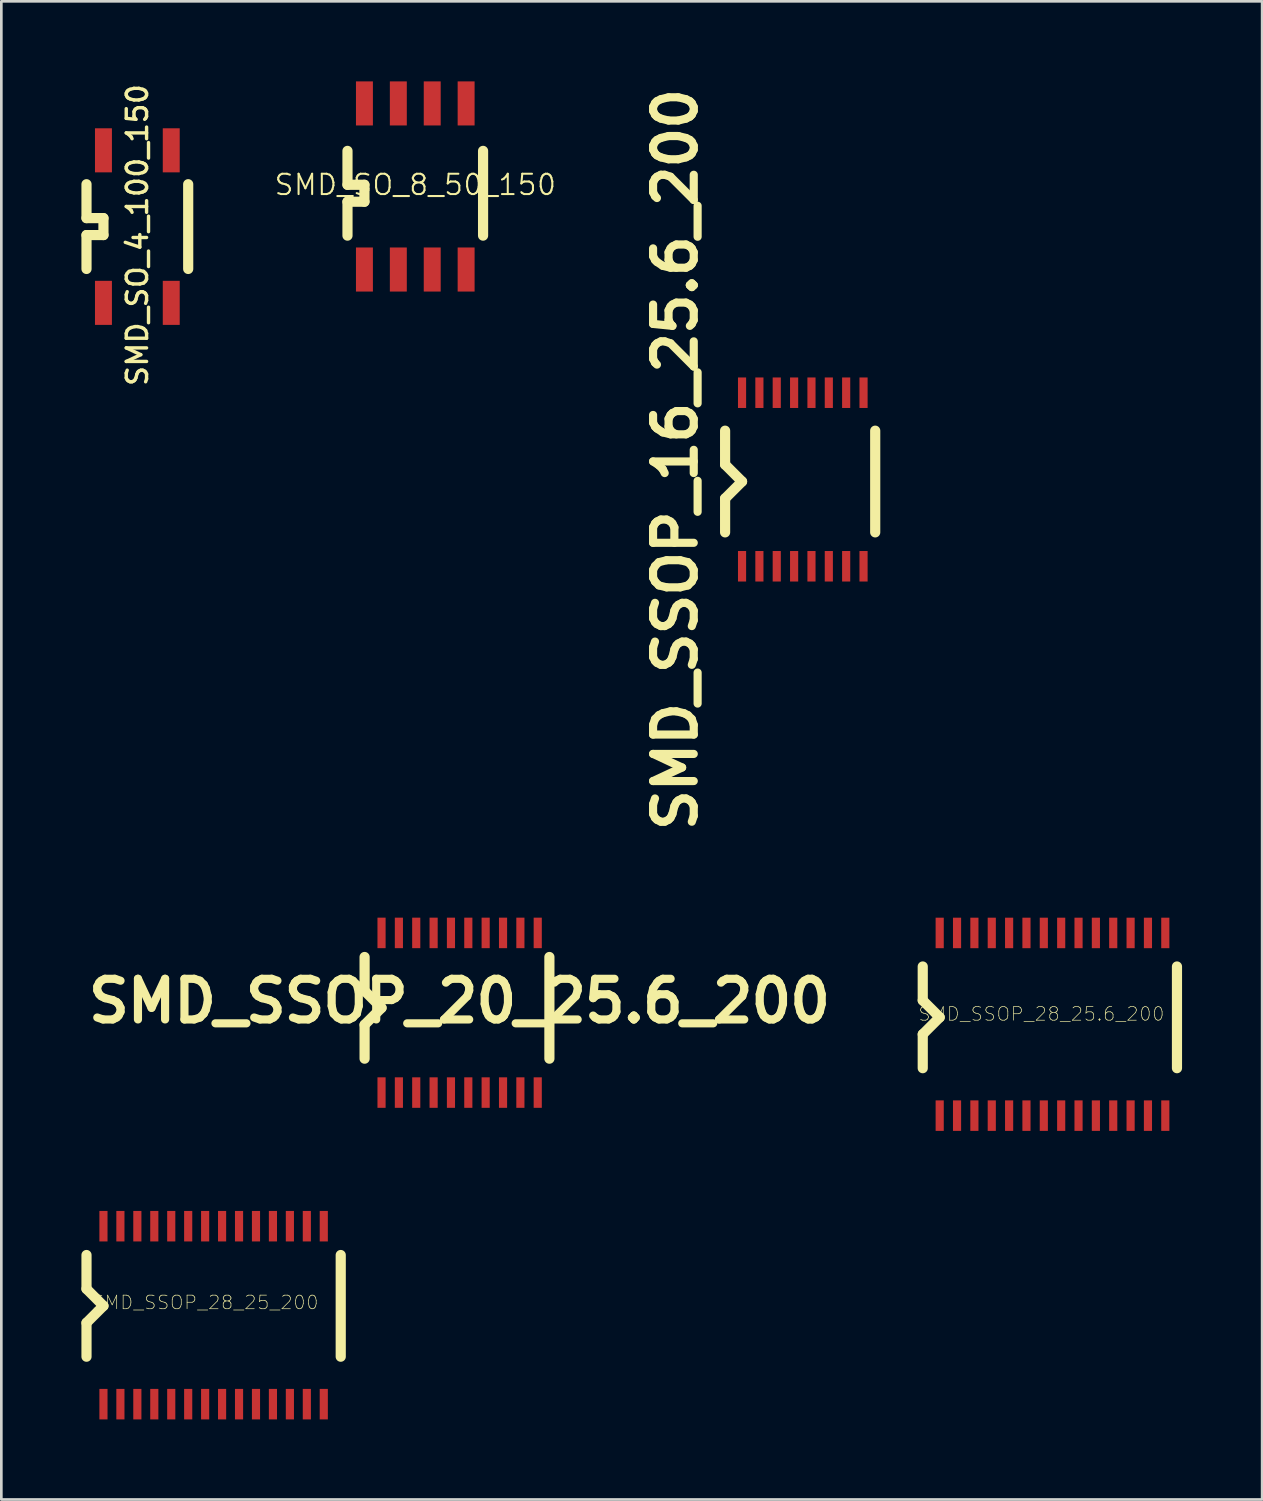
<source format=kicad_pcb>
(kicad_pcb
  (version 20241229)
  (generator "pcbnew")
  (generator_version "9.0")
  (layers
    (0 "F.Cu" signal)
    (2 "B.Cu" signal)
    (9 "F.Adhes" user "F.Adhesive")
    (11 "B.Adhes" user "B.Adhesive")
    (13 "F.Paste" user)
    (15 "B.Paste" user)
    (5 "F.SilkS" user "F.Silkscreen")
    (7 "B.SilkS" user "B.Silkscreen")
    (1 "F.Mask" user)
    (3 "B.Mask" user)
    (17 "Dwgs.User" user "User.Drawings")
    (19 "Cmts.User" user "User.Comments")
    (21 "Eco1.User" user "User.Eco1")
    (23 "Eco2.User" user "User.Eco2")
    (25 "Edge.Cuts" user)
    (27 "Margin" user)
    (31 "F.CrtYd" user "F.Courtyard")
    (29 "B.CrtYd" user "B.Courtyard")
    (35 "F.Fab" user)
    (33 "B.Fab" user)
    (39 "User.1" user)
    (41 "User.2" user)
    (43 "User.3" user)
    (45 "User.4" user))
  (footprint "SMD_SSOP_28_25_200"
    (layer "F.Cu")
    (at 0.826 49.559)
    (property "Reference" "SMD_SSOP_28_25_200" (at 3.81 -3.81 180) (layer "F.SilkS") (effects (font (size 0.508 0.508) (thickness 0.025))))
    (attr through_hole)
    (fp_line (start -0.635 -5.588) (end -0.635 -4.318) (stroke (width 0.381) (type solid)) (layer "F.SilkS"))
    (fp_line (start -0.635 -4.318) (end 0 -3.683) (stroke (width 0.381) (type solid)) (layer "F.SilkS"))
    (fp_line (start -0.635 -3.048) (end -0.635 -1.778) (stroke (width 0.381) (type solid)) (layer "F.SilkS"))
    (fp_line (start 0 -3.683) (end -0.635 -3.048) (stroke (width 0.381) (type solid)) (layer "F.SilkS"))
    (fp_line (start 8.89 -5.588) (end 8.89 -1.778) (stroke (width 0.381) (type solid)) (layer "F.SilkS"))
    (pad "1" smd rect (at 0 0) (size 0.305 1.143) (layers "F.Cu" "F.Mask" "F.Paste"))
    (pad "2" smd rect (at 0.635 0) (size 0.305 1.143) (layers "F.Cu" "F.Mask" "F.Paste"))
    (pad "3" smd rect (at 1.27 0) (size 0.305 1.143) (layers "F.Cu" "F.Mask" "F.Paste"))
    (pad "4" smd rect (at 1.905 0) (size 0.305 1.143) (layers "F.Cu" "F.Mask" "F.Paste"))
    (pad "5" smd rect (at 2.54 0) (size 0.305 1.143) (layers "F.Cu" "F.Mask" "F.Paste"))
    (pad "6" smd rect (at 3.175 0) (size 0.305 1.143) (layers "F.Cu" "F.Mask" "F.Paste"))
    (pad "7" smd rect (at 3.81 0) (size 0.305 1.143) (layers "F.Cu" "F.Mask" "F.Paste"))
    (pad "8" smd rect (at 4.445 0) (size 0.305 1.143) (layers "F.Cu" "F.Mask" "F.Paste"))
    (pad "9" smd rect (at 5.08 0) (size 0.305 1.143) (layers "F.Cu" "F.Mask" "F.Paste"))
    (pad "10" smd rect (at 5.715 0) (size 0.305 1.143) (layers "F.Cu" "F.Mask" "F.Paste"))
    (pad "11" smd rect (at 6.35 0) (size 0.305 1.143) (layers "F.Cu" "F.Mask" "F.Paste"))
    (pad "12" smd rect (at 6.985 0) (size 0.305 1.143) (layers "F.Cu" "F.Mask" "F.Paste"))
    (pad "13" smd rect (at 7.62 0) (size 0.305 1.143) (layers "F.Cu" "F.Mask" "F.Paste"))
    (pad "14" smd rect (at 8.255 0) (size 0.305 1.143) (layers "F.Cu" "F.Mask" "F.Paste"))
    (pad "15" smd rect (at 8.255 -6.668) (size 0.305 1.143) (layers "F.Cu" "F.Mask" "F.Paste"))
    (pad "16" smd rect (at 7.62 -6.668) (size 0.305 1.143) (layers "F.Cu" "F.Mask" "F.Paste"))
    (pad "17" smd rect (at 6.985 -6.668) (size 0.305 1.143) (layers "F.Cu" "F.Mask" "F.Paste"))
    (pad "18" smd rect (at 6.35 -6.668) (size 0.305 1.143) (layers "F.Cu" "F.Mask" "F.Paste"))
    (pad "19" smd rect (at 5.715 -6.668) (size 0.305 1.143) (layers "F.Cu" "F.Mask" "F.Paste"))
    (pad "20" smd rect (at 5.08 -6.668) (size 0.305 1.143) (layers "F.Cu" "F.Mask" "F.Paste"))
    (pad "21" smd rect (at 4.445 -6.668) (size 0.305 1.143) (layers "F.Cu" "F.Mask" "F.Paste"))
    (pad "22" smd rect (at 3.81 -6.668) (size 0.305 1.143) (layers "F.Cu" "F.Mask" "F.Paste"))
    (pad "23" smd rect (at 3.175 -6.668) (size 0.305 1.143) (layers "F.Cu" "F.Mask" "F.Paste"))
    (pad "24" smd rect (at 2.54 -6.668) (size 0.305 1.143) (layers "F.Cu" "F.Mask" "F.Paste"))
    (pad "25" smd rect (at 1.905 -6.668) (size 0.305 1.143) (layers "F.Cu" "F.Mask" "F.Paste"))
    (pad "26" smd rect (at 1.27 -6.668) (size 0.305 1.143) (layers "F.Cu" "F.Mask" "F.Paste"))
    (pad "27" smd rect (at 0.635 -6.668) (size 0.305 1.143) (layers "F.Cu" "F.Mask" "F.Paste"))
    (pad "28" smd rect (at 0 -6.668) (size 0.305 1.143) (layers "F.Cu" "F.Mask" "F.Paste")))
  (footprint "SMD_SSOP_28_25.6_200"
    (layer "F.Cu")
    (at 32.157 38.749)
    (property "Reference" "SMD_SSOP_28_25.6_200" (at 3.81 -3.81 180) (layer "F.SilkS") (effects (font (size 0.508 0.508) (thickness 0.025))))
    (attr through_hole)
    (fp_line (start -0.635 -5.588) (end -0.635 -4.318) (stroke (width 0.381) (type solid)) (layer "F.SilkS"))
    (fp_line (start -0.635 -4.318) (end 0 -3.683) (stroke (width 0.381) (type solid)) (layer "F.SilkS"))
    (fp_line (start -0.635 -3.048) (end -0.635 -1.778) (stroke (width 0.381) (type solid)) (layer "F.SilkS"))
    (fp_line (start 0 -3.683) (end -0.635 -3.048) (stroke (width 0.381) (type solid)) (layer "F.SilkS"))
    (fp_line (start 8.89 -5.588) (end 8.89 -1.778) (stroke (width 0.381) (type solid)) (layer "F.SilkS"))
    (pad "1" smd rect (at 0 0) (size 0.305 1.143) (layers "F.Cu" "F.Mask" "F.Paste"))
    (pad "2" smd rect (at 0.65 0) (size 0.305 1.143) (layers "F.Cu" "F.Mask" "F.Paste"))
    (pad "3" smd rect (at 1.3 0) (size 0.305 1.143) (layers "F.Cu" "F.Mask" "F.Paste"))
    (pad "4" smd rect (at 1.951 0) (size 0.305 1.143) (layers "F.Cu" "F.Mask" "F.Paste"))
    (pad "5" smd rect (at 2.601 0) (size 0.305 1.143) (layers "F.Cu" "F.Mask" "F.Paste"))
    (pad "6" smd rect (at 3.251 0) (size 0.305 1.143) (layers "F.Cu" "F.Mask" "F.Paste"))
    (pad "7" smd rect (at 3.901 0) (size 0.305 1.143) (layers "F.Cu" "F.Mask" "F.Paste"))
    (pad "8" smd rect (at 4.552 0) (size 0.305 1.143) (layers "F.Cu" "F.Mask" "F.Paste"))
    (pad "9" smd rect (at 5.202 0) (size 0.305 1.143) (layers "F.Cu" "F.Mask" "F.Paste"))
    (pad "10" smd rect (at 5.852 0) (size 0.305 1.143) (layers "F.Cu" "F.Mask" "F.Paste"))
    (pad "11" smd rect (at 6.502 0) (size 0.305 1.143) (layers "F.Cu" "F.Mask" "F.Paste"))
    (pad "12" smd rect (at 7.153 0) (size 0.305 1.143) (layers "F.Cu" "F.Mask" "F.Paste"))
    (pad "13" smd rect (at 7.803 0) (size 0.305 1.143) (layers "F.Cu" "F.Mask" "F.Paste"))
    (pad "14" smd rect (at 8.453 0) (size 0.305 1.143) (layers "F.Cu" "F.Mask" "F.Paste"))
    (pad "15" smd rect (at 8.453 -6.845) (size 0.305 1.143) (layers "F.Cu" "F.Mask" "F.Paste"))
    (pad "16" smd rect (at 7.803 -6.845) (size 0.305 1.143) (layers "F.Cu" "F.Mask" "F.Paste"))
    (pad "17" smd rect (at 7.153 -6.845) (size 0.305 1.143) (layers "F.Cu" "F.Mask" "F.Paste"))
    (pad "18" smd rect (at 6.502 -6.845) (size 0.305 1.143) (layers "F.Cu" "F.Mask" "F.Paste"))
    (pad "19" smd rect (at 5.852 -6.845) (size 0.305 1.143) (layers "F.Cu" "F.Mask" "F.Paste"))
    (pad "20" smd rect (at 5.202 -6.845) (size 0.305 1.143) (layers "F.Cu" "F.Mask" "F.Paste"))
    (pad "21" smd rect (at 4.552 -6.845) (size 0.305 1.143) (layers "F.Cu" "F.Mask" "F.Paste"))
    (pad "22" smd rect (at 3.901 -6.845) (size 0.305 1.143) (layers "F.Cu" "F.Mask" "F.Paste"))
    (pad "23" smd rect (at 3.251 -6.845) (size 0.305 1.143) (layers "F.Cu" "F.Mask" "F.Paste"))
    (pad "24" smd rect (at 2.601 -6.845) (size 0.305 1.143) (layers "F.Cu" "F.Mask" "F.Paste"))
    (pad "25" smd rect (at 1.951 -6.845) (size 0.305 1.143) (layers "F.Cu" "F.Mask" "F.Paste"))
    (pad "26" smd rect (at 1.3 -6.845) (size 0.305 1.143) (layers "F.Cu" "F.Mask" "F.Paste"))
    (pad "27" smd rect (at 0.65 -6.845) (size 0.305 1.143) (layers "F.Cu" "F.Mask" "F.Paste"))
    (pad "28" smd rect (at 0 -6.845) (size 0.305 1.143) (layers "F.Cu" "F.Mask" "F.Paste")))
  (footprint "SMD_SSOP_20_25.6_200"
    (layer "F.Cu")
    (at 11.245 37.885)
    (property "Reference" "SMD_SSOP_20_25.6_200" (at 2.921 -3.429 180) (layer "F.SilkS") (effects (font (size 1.524 1.524) (thickness 0.305))))
    (attr through_hole)
    (fp_line (start -0.635 -5.08) (end -0.635 -3.81) (stroke (width 0.381) (type solid)) (layer "F.SilkS"))
    (fp_line (start -0.635 -3.81) (end 0 -3.175) (stroke (width 0.381) (type solid)) (layer "F.SilkS"))
    (fp_line (start -0.635 -2.54) (end -0.635 -1.27) (stroke (width 0.381) (type solid)) (layer "F.SilkS"))
    (fp_line (start 0 -3.175) (end -0.635 -2.54) (stroke (width 0.381) (type solid)) (layer "F.SilkS"))
    (fp_line (start 6.289 -5.08) (end 6.289 -1.27) (stroke (width 0.381) (type solid)) (layer "F.SilkS"))
    (pad "1" smd rect (at 0 0) (size 0.305 1.143) (layers "F.Cu" "F.Mask" "F.Paste"))
    (pad "2" smd rect (at 0.65 0) (size 0.305 1.143) (layers "F.Cu" "F.Mask" "F.Paste"))
    (pad "3" smd rect (at 1.3 0) (size 0.305 1.143) (layers "F.Cu" "F.Mask" "F.Paste"))
    (pad "4" smd rect (at 1.951 0) (size 0.305 1.143) (layers "F.Cu" "F.Mask" "F.Paste"))
    (pad "5" smd rect (at 2.601 0) (size 0.305 1.143) (layers "F.Cu" "F.Mask" "F.Paste"))
    (pad "6" smd rect (at 3.251 0) (size 0.305 1.143) (layers "F.Cu" "F.Mask" "F.Paste"))
    (pad "7" smd rect (at 3.901 0) (size 0.305 1.143) (layers "F.Cu" "F.Mask" "F.Paste"))
    (pad "8" smd rect (at 4.552 0) (size 0.305 1.143) (layers "F.Cu" "F.Mask" "F.Paste"))
    (pad "9" smd rect (at 5.202 0) (size 0.305 1.143) (layers "F.Cu" "F.Mask" "F.Paste"))
    (pad "10" smd rect (at 5.852 0) (size 0.305 1.143) (layers "F.Cu" "F.Mask" "F.Paste"))
    (pad "11" smd rect (at 5.852 -5.982) (size 0.305 1.143) (layers "F.Cu" "F.Mask" "F.Paste"))
    (pad "12" smd rect (at 5.202 -5.982) (size 0.305 1.143) (layers "F.Cu" "F.Mask" "F.Paste"))
    (pad "13" smd rect (at 4.552 -5.982) (size 0.305 1.143) (layers "F.Cu" "F.Mask" "F.Paste"))
    (pad "14" smd rect (at 3.901 -5.982) (size 0.305 1.143) (layers "F.Cu" "F.Mask" "F.Paste"))
    (pad "15" smd rect (at 3.251 -5.982) (size 0.305 1.143) (layers "F.Cu" "F.Mask" "F.Paste"))
    (pad "16" smd rect (at 2.601 -5.982) (size 0.305 1.143) (layers "F.Cu" "F.Mask" "F.Paste"))
    (pad "17" smd rect (at 1.951 -5.982) (size 0.305 1.143) (layers "F.Cu" "F.Mask" "F.Paste"))
    (pad "18" smd rect (at 1.3 -5.982) (size 0.305 1.143) (layers "F.Cu" "F.Mask" "F.Paste"))
    (pad "19" smd rect (at 0.65 -5.982) (size 0.305 1.143) (layers "F.Cu" "F.Mask" "F.Paste"))
    (pad "20" smd rect (at 0 -5.982) (size 0.305 1.143) (layers "F.Cu" "F.Mask" "F.Paste")))
  (footprint "SMD_SSOP_16_25.6_200"
    (layer "F.Cu")
    (at 24.752 18.166)
    (property "Reference" "SMD_SSOP_16_25.6_200" (at -2.499 -4 90) (layer "F.SilkS") (effects (font (size 1.524 1.524) (thickness 0.305))))
    (attr through_hole)
    (fp_line (start -0.635 -5.08) (end -0.635 -3.81) (stroke (width 0.381) (type solid)) (layer "F.SilkS"))
    (fp_line (start -0.635 -3.81) (end 0 -3.175) (stroke (width 0.381) (type solid)) (layer "F.SilkS"))
    (fp_line (start -0.635 -2.54) (end -0.635 -1.27) (stroke (width 0.381) (type solid)) (layer "F.SilkS"))
    (fp_line (start 0 -3.175) (end -0.635 -2.54) (stroke (width 0.381) (type solid)) (layer "F.SilkS"))
    (fp_line (start 4.989 -5.08) (end 4.989 -1.27) (stroke (width 0.381) (type solid)) (layer "F.SilkS"))
    (pad "1" smd rect (at 0 0) (size 0.305 1.143) (layers "F.Cu" "F.Mask" "F.Paste"))
    (pad "2" smd rect (at 0.65 0) (size 0.305 1.143) (layers "F.Cu" "F.Mask" "F.Paste"))
    (pad "3" smd rect (at 1.3 0) (size 0.305 1.143) (layers "F.Cu" "F.Mask" "F.Paste"))
    (pad "4" smd rect (at 1.951 0) (size 0.305 1.143) (layers "F.Cu" "F.Mask" "F.Paste"))
    (pad "5" smd rect (at 2.601 0) (size 0.305 1.143) (layers "F.Cu" "F.Mask" "F.Paste"))
    (pad "6" smd rect (at 3.251 0) (size 0.305 1.143) (layers "F.Cu" "F.Mask" "F.Paste"))
    (pad "7" smd rect (at 3.901 0) (size 0.305 1.143) (layers "F.Cu" "F.Mask" "F.Paste"))
    (pad "8" smd rect (at 4.552 0) (size 0.305 1.143) (layers "F.Cu" "F.Mask" "F.Paste"))
    (pad "9" smd rect (at 4.552 -6.502) (size 0.305 1.143) (layers "F.Cu" "F.Mask" "F.Paste"))
    (pad "10" smd rect (at 3.901 -6.502) (size 0.305 1.143) (layers "F.Cu" "F.Mask" "F.Paste"))
    (pad "11" smd rect (at 3.251 -6.502) (size 0.305 1.143) (layers "F.Cu" "F.Mask" "F.Paste"))
    (pad "12" smd rect (at 2.601 -6.502) (size 0.305 1.143) (layers "F.Cu" "F.Mask" "F.Paste"))
    (pad "13" smd rect (at 1.951 -6.502) (size 0.305 1.143) (layers "F.Cu" "F.Mask" "F.Paste"))
    (pad "14" smd rect (at 1.3 -6.502) (size 0.305 1.143) (layers "F.Cu" "F.Mask" "F.Paste"))
    (pad "15" smd rect (at 0.65 -6.502) (size 0.305 1.143) (layers "F.Cu" "F.Mask" "F.Paste"))
    (pad "16" smd rect (at 0 -6.502) (size 0.305 1.143) (layers "F.Cu" "F.Mask" "F.Paste")))
  (footprint "SMD_SO_8_50_150"
    (layer "F.Cu")
    (at 10.604 7.048)
    (property "Reference" "SMD_SO_8_50_150" (at 1.905 -3.175 0) (layer "F.SilkS") (effects (font (size 0.762 0.762) (thickness 0.076))))
    (attr through_hole)
    (fp_line (start -0.635 -4.445) (end -0.635 -3.175) (stroke (width 0.381) (type solid)) (layer "F.SilkS"))
    (fp_line (start -0.635 -3.175) (end 0 -3.175) (stroke (width 0.381) (type solid)) (layer "F.SilkS"))
    (fp_line (start -0.635 -2.54) (end -0.635 -1.27) (stroke (width 0.381) (type solid)) (layer "F.SilkS"))
    (fp_line (start 0 -3.175) (end 0 -2.54) (stroke (width 0.381) (type solid)) (layer "F.SilkS"))
    (fp_line (start 0 -2.54) (end -0.635 -2.54) (stroke (width 0.381) (type solid)) (layer "F.SilkS"))
    (fp_line (start 4.445 -4.445) (end 4.445 -1.27) (stroke (width 0.381) (type solid)) (layer "F.SilkS"))
    (pad "1" smd rect (at 0 0) (size 0.635 1.651) (layers "F.Cu" "F.Mask" "F.Paste"))
    (pad "2" smd rect (at 1.27 0) (size 0.635 1.651) (layers "F.Cu" "F.Mask" "F.Paste"))
    (pad "3" smd rect (at 2.54 0) (size 0.635 1.651) (layers "F.Cu" "F.Mask" "F.Paste"))
    (pad "4" smd rect (at 3.81 0) (size 0.635 1.651) (layers "F.Cu" "F.Mask" "F.Paste"))
    (pad "5" smd rect (at 3.81 -6.223) (size 0.635 1.651) (layers "F.Cu" "F.Mask" "F.Paste"))
    (pad "6" smd rect (at 2.54 -6.223) (size 0.635 1.651) (layers "F.Cu" "F.Mask" "F.Paste"))
    (pad "7" smd rect (at 1.27 -6.223) (size 0.635 1.651) (layers "F.Cu" "F.Mask" "F.Paste"))
    (pad "8" smd rect (at 0 -6.223) (size 0.635 1.651) (layers "F.Cu" "F.Mask" "F.Paste")))
  (footprint "SMD_SO_4_100_150"
    (layer "F.Cu")
    (at 0.826 8.297)
    (property "Reference" "SMD_SO_4_100_150" (at 1.27 -2.54 90) (layer "F.SilkS") (effects (font (size 0.762 0.762) (thickness 0.127))))
    (attr through_hole)
    (fp_line (start -0.635 -4.445) (end -0.635 -3.175) (stroke (width 0.381) (type solid)) (layer "F.SilkS"))
    (fp_line (start -0.635 -3.175) (end 0 -3.175) (stroke (width 0.381) (type solid)) (layer "F.SilkS"))
    (fp_line (start -0.635 -2.54) (end -0.635 -1.27) (stroke (width 0.381) (type solid)) (layer "F.SilkS"))
    (fp_line (start 0 -3.175) (end 0 -2.54) (stroke (width 0.381) (type solid)) (layer "F.SilkS"))
    (fp_line (start 0 -2.54) (end -0.635 -2.54) (stroke (width 0.381) (type solid)) (layer "F.SilkS"))
    (fp_line (start 3.175 -4.445) (end 3.175 -1.27) (stroke (width 0.381) (type solid)) (layer "F.SilkS"))
    (pad "1" smd rect (at 0 0) (size 0.635 1.651) (layers "F.Cu" "F.Mask" "F.Paste"))
    (pad "2" smd rect (at 2.54 0) (size 0.635 1.651) (layers "F.Cu" "F.Mask" "F.Paste"))
    (pad "3" smd rect (at 2.54 -5.715) (size 0.635 1.651) (layers "F.Cu" "F.Mask" "F.Paste"))
    (pad "4" smd rect (at 0 -5.715) (size 0.635 1.651) (layers "F.Cu" "F.Mask" "F.Paste")))
  (gr_rect
    (start -3 -3)
    (end 44.238 53.131)
    (stroke (width 0.1) (type default))
    (fill no)
    (layer "Edge.Cuts")))
</source>
